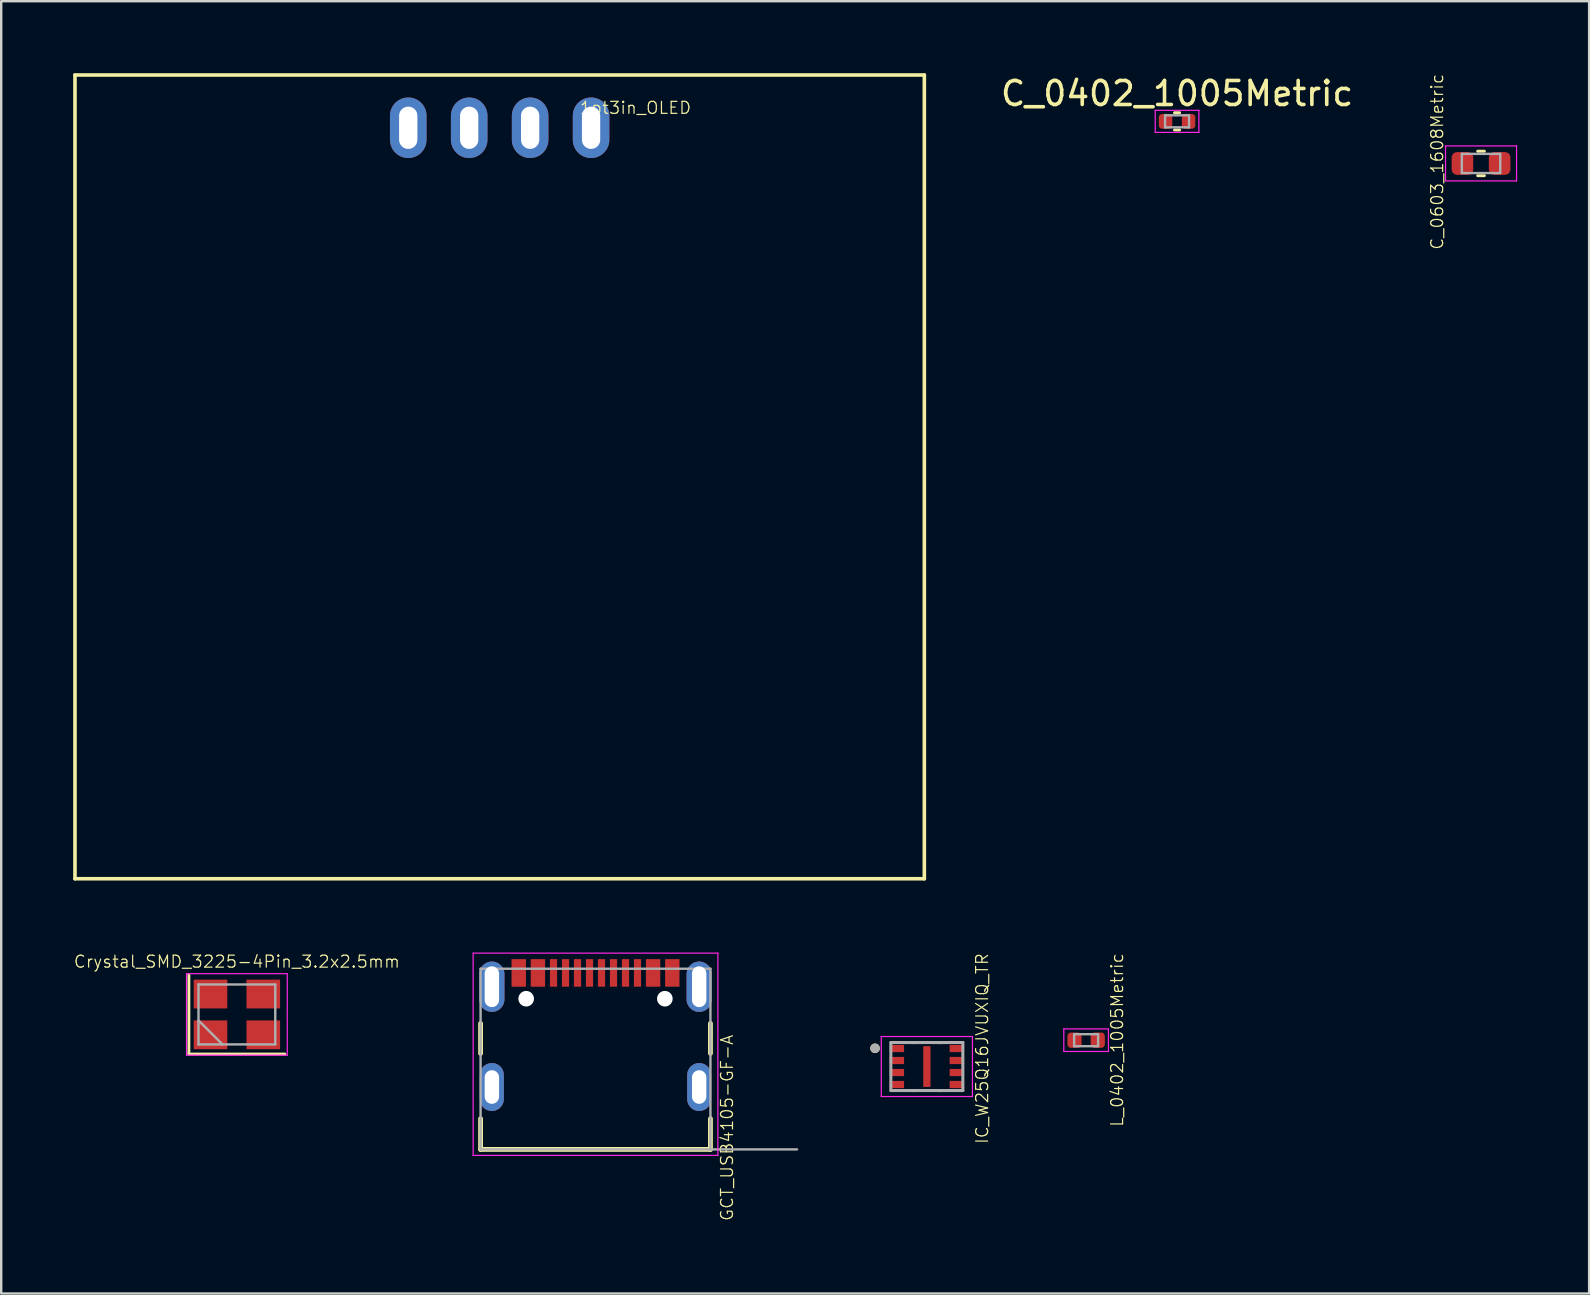
<source format=kicad_pcb>
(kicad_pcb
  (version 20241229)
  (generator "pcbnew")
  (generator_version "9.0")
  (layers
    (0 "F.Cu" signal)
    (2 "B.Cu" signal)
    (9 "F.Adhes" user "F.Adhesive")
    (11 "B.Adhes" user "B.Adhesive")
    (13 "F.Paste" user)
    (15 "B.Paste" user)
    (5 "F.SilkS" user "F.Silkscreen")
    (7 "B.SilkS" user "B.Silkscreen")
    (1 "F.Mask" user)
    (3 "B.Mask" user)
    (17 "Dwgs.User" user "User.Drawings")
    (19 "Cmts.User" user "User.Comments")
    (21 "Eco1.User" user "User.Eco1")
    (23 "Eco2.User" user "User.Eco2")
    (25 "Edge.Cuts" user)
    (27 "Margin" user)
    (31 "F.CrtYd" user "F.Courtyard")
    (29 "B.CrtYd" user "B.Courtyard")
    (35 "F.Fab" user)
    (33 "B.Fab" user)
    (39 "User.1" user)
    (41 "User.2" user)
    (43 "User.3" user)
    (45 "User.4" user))
  (footprint "1pt3in_OLED"
    (layer "F.Cu")
    (at 17.775 2.275)
    (property "Reference" "1pt3in_OLED" (at 5.66 -0.83 0) (layer "F.SilkS") (effects (font (size 0.5 0.5) (thickness 0.05))))
    (attr through_hole exclude_from_bom)
    (fp_line (start -17.7 -2.2) (end -17.7 31.3) (stroke (width 0.15) (type solid)) (layer "F.SilkS"))
    (fp_line (start -17.7 -2.2) (end 17.7 -2.2) (stroke (width 0.15) (type solid)) (layer "F.SilkS"))
    (fp_line (start -17.7 31.3) (end 17.7 31.3) (stroke (width 0.15) (type solid)) (layer "F.SilkS"))
    (fp_line (start 17.7 -2.2) (end 17.7 31.3) (stroke (width 0.15) (type solid)) (layer "F.SilkS"))
    (pad "1" thru_hole oval (at -3.81 0) (size 1.524 2.524) (drill oval 0.762 1.762) (layers "*.Cu" "*.Mask"))
    (pad "2" thru_hole oval (at -1.27 0) (size 1.524 2.524) (drill oval 0.762 1.762) (layers "*.Cu" "*.Mask"))
    (pad "3" thru_hole oval (at 1.27 0) (size 1.524 2.524) (drill oval 0.762 1.762) (layers "*.Cu" "*.Mask"))
    (pad "4" thru_hole oval (at 3.81 0) (size 1.524 2.524) (drill oval 0.762 1.762) (layers "*.Cu" "*.Mask")))
  (footprint "C_0402_1005Metric"
    (layer "F.Cu")
    (at 46.008 2.008)
    (property "Reference" "C_0402_1005Metric" (at 0 -1.16 0) (layer "F.SilkS") (effects (font (size 1 1) (thickness 0.15))))
    (attr smd)
    (fp_line (start -0.108 -0.36) (end 0.108 -0.36) (stroke (width 0.12) (type solid)) (layer "F.SilkS"))
    (fp_line (start -0.108 0.36) (end 0.108 0.36) (stroke (width 0.12) (type solid)) (layer "F.SilkS"))
    (fp_line (start -0.91 -0.46) (end 0.91 -0.46) (stroke (width 0.05) (type solid)) (layer "F.CrtYd"))
    (fp_line (start -0.91 0.46) (end -0.91 -0.46) (stroke (width 0.05) (type solid)) (layer "F.CrtYd"))
    (fp_line (start 0.91 -0.46) (end 0.91 0.46) (stroke (width 0.05) (type solid)) (layer "F.CrtYd"))
    (fp_line (start 0.91 0.46) (end -0.91 0.46) (stroke (width 0.05) (type solid)) (layer "F.CrtYd"))
    (fp_line (start -0.5 -0.25) (end 0.5 -0.25) (stroke (width 0.1) (type solid)) (layer "F.Fab"))
    (fp_line (start -0.5 0.25) (end -0.5 -0.25) (stroke (width 0.1) (type solid)) (layer "F.Fab"))
    (fp_line (start 0.5 -0.25) (end 0.5 0.25) (stroke (width 0.1) (type solid)) (layer "F.Fab"))
    (fp_line (start 0.5 0.25) (end -0.5 0.25) (stroke (width 0.1) (type solid)) (layer "F.Fab"))
    (pad "1" smd roundrect (at -0.48 0 180) (size 0.56 0.62) (layers "F.Cu" "F.Mask" "F.Paste") (roundrect_rratio 0.25))
    (pad "2" smd roundrect (at 0.48 0 180) (size 0.56 0.62) (layers "F.Cu" "F.Mask" "F.Paste") (roundrect_rratio 0.25)))
  (footprint "GCT_USB4105-GF-A"
    (layer "F.Cu")
    (at 21.77 42.255)
    (property "Reference" "GCT_USB4105-GF-A" (at 5.48 1.7 90) (layer "F.SilkS") (effects (font (size 0.5 0.5) (thickness 0.05))))
    (attr smd)
    (fp_line (start -4.79 -2.65) (end -4.79 -1.4) (stroke (width 0.2) (type solid)) (layer "F.SilkS"))
    (fp_line (start -4.79 1.32) (end -4.79 2.6) (stroke (width 0.2) (type solid)) (layer "F.SilkS"))
    (fp_line (start -4.79 2.6) (end 4.79 2.6) (stroke (width 0.2) (type solid)) (layer "F.SilkS"))
    (fp_line (start 4.79 -2.65) (end 4.79 -1.4) (stroke (width 0.2) (type solid)) (layer "F.SilkS"))
    (fp_line (start 4.79 2.6) (end 4.79 1.32) (stroke (width 0.2) (type solid)) (layer "F.SilkS"))
    (fp_line (start -5.1 -5.58) (end -5.1 2.85) (stroke (width 0.05) (type solid)) (layer "F.CrtYd"))
    (fp_line (start -5.1 2.85) (end 5.1 2.85) (stroke (width 0.05) (type solid)) (layer "F.CrtYd"))
    (fp_line (start 5.1 -5.58) (end -5.1 -5.58) (stroke (width 0.05) (type solid)) (layer "F.CrtYd"))
    (fp_line (start 5.1 2.85) (end 5.1 -5.58) (stroke (width 0.05) (type solid)) (layer "F.CrtYd"))
    (fp_line (start -4.79 -4.93) (end 4.79 -4.93) (stroke (width 0.1) (type solid)) (layer "F.Fab"))
    (fp_line (start -4.79 2.6) (end -4.79 -4.93) (stroke (width 0.1) (type solid)) (layer "F.Fab"))
    (fp_line (start 4.79 -4.93) (end 4.79 2.6) (stroke (width 0.1) (type solid)) (layer "F.Fab"))
    (fp_line (start 4.79 2.6) (end -4.79 2.6) (stroke (width 0.1) (type solid)) (layer "F.Fab"))
    (fp_line (start 4.8 2.6) (end 8.4 2.6) (stroke (width 0.1) (type solid)) (layer "F.Fab"))
    (pad "" np_thru_hole circle (at -2.89 -3.68 180) (size 0.65 0.65) (drill 0.65) (layers "*.Cu" "*.Mask"))
    (pad "" np_thru_hole circle (at 2.89 -3.68 180) (size 0.65 0.65) (drill 0.65) (layers "*.Cu" "*.Mask"))
    (pad "A1_B12" smd rect (at -3.2 -4.755 180) (size 0.6 1.15) (layers "F.Cu" "F.Mask" "F.Paste"))
    (pad "A4_B9" smd rect (at -2.4 -4.755 180) (size 0.6 1.15) (layers "F.Cu" "F.Mask" "F.Paste"))
    (pad "A5" smd rect (at -1.25 -4.755 180) (size 0.3 1.15) (layers "F.Cu" "F.Mask" "F.Paste"))
    (pad "A6" smd rect (at -0.25 -4.755 180) (size 0.3 1.15) (layers "F.Cu" "F.Mask" "F.Paste"))
    (pad "A7" smd rect (at 0.25 -4.755 180) (size 0.3 1.15) (layers "F.Cu" "F.Mask" "F.Paste"))
    (pad "A8" smd rect (at 1.25 -4.755 180) (size 0.3 1.15) (layers "F.Cu" "F.Mask" "F.Paste"))
    (pad "B1_A12" smd rect (at 3.2 -4.755 180) (size 0.6 1.15) (layers "F.Cu" "F.Mask" "F.Paste"))
    (pad "B4_A9" smd rect (at 2.4 -4.755 180) (size 0.6 1.15) (layers "F.Cu" "F.Mask" "F.Paste"))
    (pad "B5" smd rect (at 1.75 -4.755 180) (size 0.3 1.15) (layers "F.Cu" "F.Mask" "F.Paste"))
    (pad "B6" smd rect (at 0.75 -4.755 180) (size 0.3 1.15) (layers "F.Cu" "F.Mask" "F.Paste"))
    (pad "B7" smd rect (at -0.75 -4.755 180) (size 0.3 1.15) (layers "F.Cu" "F.Mask" "F.Paste"))
    (pad "B8" smd rect (at -1.75 -4.755 180) (size 0.3 1.15) (layers "F.Cu" "F.Mask" "F.Paste"))
    (pad "S1" thru_hole oval (at -4.32 -4.18 180) (size 1.05 2.1) (drill oval 0.6 1.7) (layers "*.Cu" "*.Mask"))
    (pad "S2" thru_hole oval (at -4.32 0 180) (size 1 2) (drill oval 0.6 1.4) (layers "*.Cu" "*.Mask"))
    (pad "S3" thru_hole oval (at 4.32 0 180) (size 1 2) (drill oval 0.6 1.4) (layers "*.Cu" "*.Mask"))
    (pad "S4" thru_hole oval (at 4.32 -4.18 180) (size 1.05 2.1) (drill oval 0.6 1.7) (layers "*.Cu" "*.Mask")))
  (footprint "IC_W25Q16JVUXIQ_TR"
    (layer "F.Cu")
    (at 35.58 41.401)
    (property "Reference" "IC_W25Q16JVUXIQ_TR" (at 2.303 -0.75 90) (layer "F.SilkS") (effects (font (size 0.5 0.5) (thickness 0.05))))
    (attr smd)
    (fp_line (start -0.63 -1) (end -0.47 -1) (stroke (width 0.127) (type solid)) (layer "F.SilkS"))
    (fp_line (start -0.63 1) (end -0.47 1) (stroke (width 0.127) (type solid)) (layer "F.SilkS"))
    (fp_line (start 0.63 -1) (end 0.47 -1) (stroke (width 0.127) (type solid)) (layer "F.SilkS"))
    (fp_line (start 0.63 1) (end 0.47 1) (stroke (width 0.127) (type solid)) (layer "F.SilkS"))
    (fp_circle (center -2.16 -0.76) (end -2.06 -0.76) (stroke (width 0.2) (type solid)) (fill no) (layer "F.SilkS"))
    (fp_poly (pts (xy -1.65 -0.85) (xy -1.1 -0.85) (xy -1.1 -0.65) (xy -1.65 -0.65)) (stroke (width 0.01) (type solid)) (fill yes) (layer "F.Paste"))
    (fp_poly (pts (xy -1.65 -0.35) (xy -1.1 -0.35) (xy -1.1 -0.15) (xy -1.65 -0.15)) (stroke (width 0.01) (type solid)) (fill yes) (layer "F.Paste"))
    (fp_poly (pts (xy -1.65 0.15) (xy -1.1 0.15) (xy -1.1 0.35) (xy -1.65 0.35)) (stroke (width 0.01) (type solid)) (fill yes) (layer "F.Paste"))
    (fp_poly (pts (xy -1.65 0.65) (xy -1.1 0.65) (xy -1.1 0.85) (xy -1.65 0.85)) (stroke (width 0.01) (type solid)) (fill yes) (layer "F.Paste"))
    (fp_poly (pts (xy -0.1 -0.6) (xy 0.1 -0.6) (xy 0.1 -0.1) (xy -0.1 -0.1)) (stroke (width 0.01) (type solid)) (fill yes) (layer "F.Paste"))
    (fp_poly (pts (xy -0.1 0.1) (xy 0.1 0.1) (xy 0.1 0.6) (xy -0.1 0.6)) (stroke (width 0.01) (type solid)) (fill yes) (layer "F.Paste"))
    (fp_poly (pts (xy 1.1 -0.85) (xy 1.65 -0.85) (xy 1.65 -0.65) (xy 1.1 -0.65)) (stroke (width 0.01) (type solid)) (fill yes) (layer "F.Paste"))
    (fp_poly (pts (xy 1.1 -0.35) (xy 1.65 -0.35) (xy 1.65 -0.15) (xy 1.1 -0.15)) (stroke (width 0.01) (type solid)) (fill yes) (layer "F.Paste"))
    (fp_poly (pts (xy 1.1 0.15) (xy 1.65 0.15) (xy 1.65 0.35) (xy 1.1 0.35)) (stroke (width 0.01) (type solid)) (fill yes) (layer "F.Paste"))
    (fp_poly (pts (xy 1.1 0.65) (xy 1.65 0.65) (xy 1.65 0.85) (xy 1.1 0.85)) (stroke (width 0.01) (type solid)) (fill yes) (layer "F.Paste"))
    (fp_line (start -1.9 -1.25) (end -1.9 1.25) (stroke (width 0.05) (type solid)) (layer "F.CrtYd"))
    (fp_line (start -1.9 1.25) (end 1.9 1.25) (stroke (width 0.05) (type solid)) (layer "F.CrtYd"))
    (fp_line (start 1.9 -1.25) (end -1.9 -1.25) (stroke (width 0.05) (type solid)) (layer "F.CrtYd"))
    (fp_line (start 1.9 1.25) (end 1.9 -1.25) (stroke (width 0.05) (type solid)) (layer "F.CrtYd"))
    (fp_line (start -1.5 -1) (end 1.5 -1) (stroke (width 0.127) (type solid)) (layer "F.Fab"))
    (fp_line (start -1.5 1) (end -1.5 -1) (stroke (width 0.127) (type solid)) (layer "F.Fab"))
    (fp_line (start 1.5 -1) (end 1.5 1) (stroke (width 0.127) (type solid)) (layer "F.Fab"))
    (fp_line (start 1.5 1) (end -1.5 1) (stroke (width 0.127) (type solid)) (layer "F.Fab"))
    (fp_circle (center -2.16 -0.76) (end -2.06 -0.76) (stroke (width 0.2) (type solid)) (fill no) (layer "F.Fab"))
    (pad "1" smd rect (at -1.25 -0.75 180) (size 0.6 0.3) (layers "F.Cu" "F.Mask"))
    (pad "2" smd rect (at -1.25 -0.25 180) (size 0.6 0.3) (layers "F.Cu" "F.Mask"))
    (pad "3" smd rect (at -1.25 0.25 180) (size 0.6 0.3) (layers "F.Cu" "F.Mask"))
    (pad "4" smd rect (at -1.25 0.75 180) (size 0.6 0.3) (layers "F.Cu" "F.Mask"))
    (pad "5" smd rect (at 1.25 0.75 180) (size 0.6 0.3) (layers "F.Cu" "F.Mask"))
    (pad "6" smd rect (at 1.25 0.25 180) (size 0.6 0.3) (layers "F.Cu" "F.Mask"))
    (pad "7" smd rect (at 1.25 -0.25 180) (size 0.6 0.3) (layers "F.Cu" "F.Mask"))
    (pad "8" smd rect (at 1.25 -0.75 180) (size 0.6 0.3) (layers "F.Cu" "F.Mask"))
    (pad "9" smd rect (at 0 0 180) (size 0.3 1.7) (layers "F.Cu" "F.Mask")))
  (footprint "C_0603_1608Metric"
    (layer "F.Cu")
    (at 58.677 3.762)
    (property "Reference" "C_0603_1608Metric" (at -1.83 -0.07 90) (layer "F.SilkS") (effects (font (size 0.5 0.5) (thickness 0.05))))
    (attr smd)
    (fp_line (start -0.141 -0.51) (end 0.141 -0.51) (stroke (width 0.12) (type solid)) (layer "F.SilkS"))
    (fp_line (start -0.141 0.51) (end 0.141 0.51) (stroke (width 0.12) (type solid)) (layer "F.SilkS"))
    (fp_line (start -1.48 -0.73) (end 1.48 -0.73) (stroke (width 0.05) (type solid)) (layer "F.CrtYd"))
    (fp_line (start -1.48 0.73) (end -1.48 -0.73) (stroke (width 0.05) (type solid)) (layer "F.CrtYd"))
    (fp_line (start 1.48 -0.73) (end 1.48 0.73) (stroke (width 0.05) (type solid)) (layer "F.CrtYd"))
    (fp_line (start 1.48 0.73) (end -1.48 0.73) (stroke (width 0.05) (type solid)) (layer "F.CrtYd"))
    (fp_line (start -0.8 -0.4) (end 0.8 -0.4) (stroke (width 0.1) (type solid)) (layer "F.Fab"))
    (fp_line (start -0.8 0.4) (end -0.8 -0.4) (stroke (width 0.1) (type solid)) (layer "F.Fab"))
    (fp_line (start 0.8 -0.4) (end 0.8 0.4) (stroke (width 0.1) (type solid)) (layer "F.Fab"))
    (fp_line (start 0.8 0.4) (end -0.8 0.4) (stroke (width 0.1) (type solid)) (layer "F.Fab"))
    (pad "1" smd roundrect (at -0.775 0 180) (size 0.9 0.95) (layers "F.Cu" "F.Mask" "F.Paste") (roundrect_rratio 0.25))
    (pad "2" smd roundrect (at 0.775 0 180) (size 0.9 0.95) (layers "F.Cu" "F.Mask" "F.Paste") (roundrect_rratio 0.25)))
  (footprint "Crystal_SMD_3225-4Pin_3.2x2.5mm"
    (layer "F.Cu")
    (at 6.823 39.23)
    (property "Reference" "Crystal_SMD_3225-4Pin_3.2x2.5mm" (at 0 -2.2 0) (layer "F.SilkS") (effects (font (size 0.5 0.5) (thickness 0.05))))
    (attr smd)
    (fp_line (start -2 -1.65) (end -2 1.65) (stroke (width 0.12) (type solid)) (layer "F.SilkS"))
    (fp_line (start -2 1.65) (end 2 1.65) (stroke (width 0.12) (type solid)) (layer "F.SilkS"))
    (fp_line (start -2.1 -1.7) (end -2.1 1.7) (stroke (width 0.05) (type solid)) (layer "F.CrtYd"))
    (fp_line (start -2.1 1.7) (end 2.1 1.7) (stroke (width 0.05) (type solid)) (layer "F.CrtYd"))
    (fp_line (start 2.1 -1.7) (end -2.1 -1.7) (stroke (width 0.05) (type solid)) (layer "F.CrtYd"))
    (fp_line (start 2.1 1.7) (end 2.1 -1.7) (stroke (width 0.05) (type solid)) (layer "F.CrtYd"))
    (fp_line (start -1.6 -1.25) (end -1.6 1.25) (stroke (width 0.1) (type solid)) (layer "F.Fab"))
    (fp_line (start -1.6 0.25) (end -0.6 1.25) (stroke (width 0.1) (type solid)) (layer "F.Fab"))
    (fp_line (start -1.6 1.25) (end 1.6 1.25) (stroke (width 0.1) (type solid)) (layer "F.Fab"))
    (fp_line (start 1.6 -1.25) (end -1.6 -1.25) (stroke (width 0.1) (type solid)) (layer "F.Fab"))
    (fp_line (start 1.6 1.25) (end 1.6 -1.25) (stroke (width 0.1) (type solid)) (layer "F.Fab"))
    (pad "1" smd rect (at -1.1 0.85 180) (size 1.4 1.2) (layers "F.Cu" "F.Mask" "F.Paste"))
    (pad "2" smd rect (at 1.1 0.85 180) (size 1.4 1.2) (layers "F.Cu" "F.Mask" "F.Paste"))
    (pad "3" smd rect (at 1.1 -0.85 180) (size 1.4 1.2) (layers "F.Cu" "F.Mask" "F.Paste"))
    (pad "4" smd rect (at -1.1 -0.85 180) (size 1.4 1.2) (layers "F.Cu" "F.Mask" "F.Paste")))
  (footprint "L_0402_1005Metric"
    (layer "F.Cu")
    (at 42.218 40.304)
    (property "Reference" "L_0402_1005Metric" (at 1.29 -0.01 90) (layer "F.SilkS") (effects (font (size 0.5 0.5) (thickness 0.05))))
    (attr smd)
    (fp_line (start -0.93 -0.47) (end 0.93 -0.47) (stroke (width 0.05) (type solid)) (layer "F.CrtYd"))
    (fp_line (start -0.93 0.47) (end -0.93 -0.47) (stroke (width 0.05) (type solid)) (layer "F.CrtYd"))
    (fp_line (start 0.93 -0.47) (end 0.93 0.47) (stroke (width 0.05) (type solid)) (layer "F.CrtYd"))
    (fp_line (start 0.93 0.47) (end -0.93 0.47) (stroke (width 0.05) (type solid)) (layer "F.CrtYd"))
    (fp_line (start -0.5 -0.25) (end 0.5 -0.25) (stroke (width 0.1) (type solid)) (layer "F.Fab"))
    (fp_line (start -0.5 0.25) (end -0.5 -0.25) (stroke (width 0.1) (type solid)) (layer "F.Fab"))
    (fp_line (start 0.5 -0.25) (end 0.5 0.25) (stroke (width 0.1) (type solid)) (layer "F.Fab"))
    (fp_line (start 0.5 0.25) (end -0.5 0.25) (stroke (width 0.1) (type solid)) (layer "F.Fab"))
    (pad "1" smd roundrect (at -0.485 0 180) (size 0.59 0.64) (layers "F.Cu" "F.Mask" "F.Paste") (roundrect_rratio 0.25))
    (pad "2" smd roundrect (at 0.485 0 180) (size 0.59 0.64) (layers "F.Cu" "F.Mask" "F.Paste") (roundrect_rratio 0.25)))
  (gr_rect
    (start -3 -3)
    (end 63.182 50.861)
    (stroke (width 0.1) (type default))
    (fill no)
    (layer "Edge.Cuts")))
</source>
